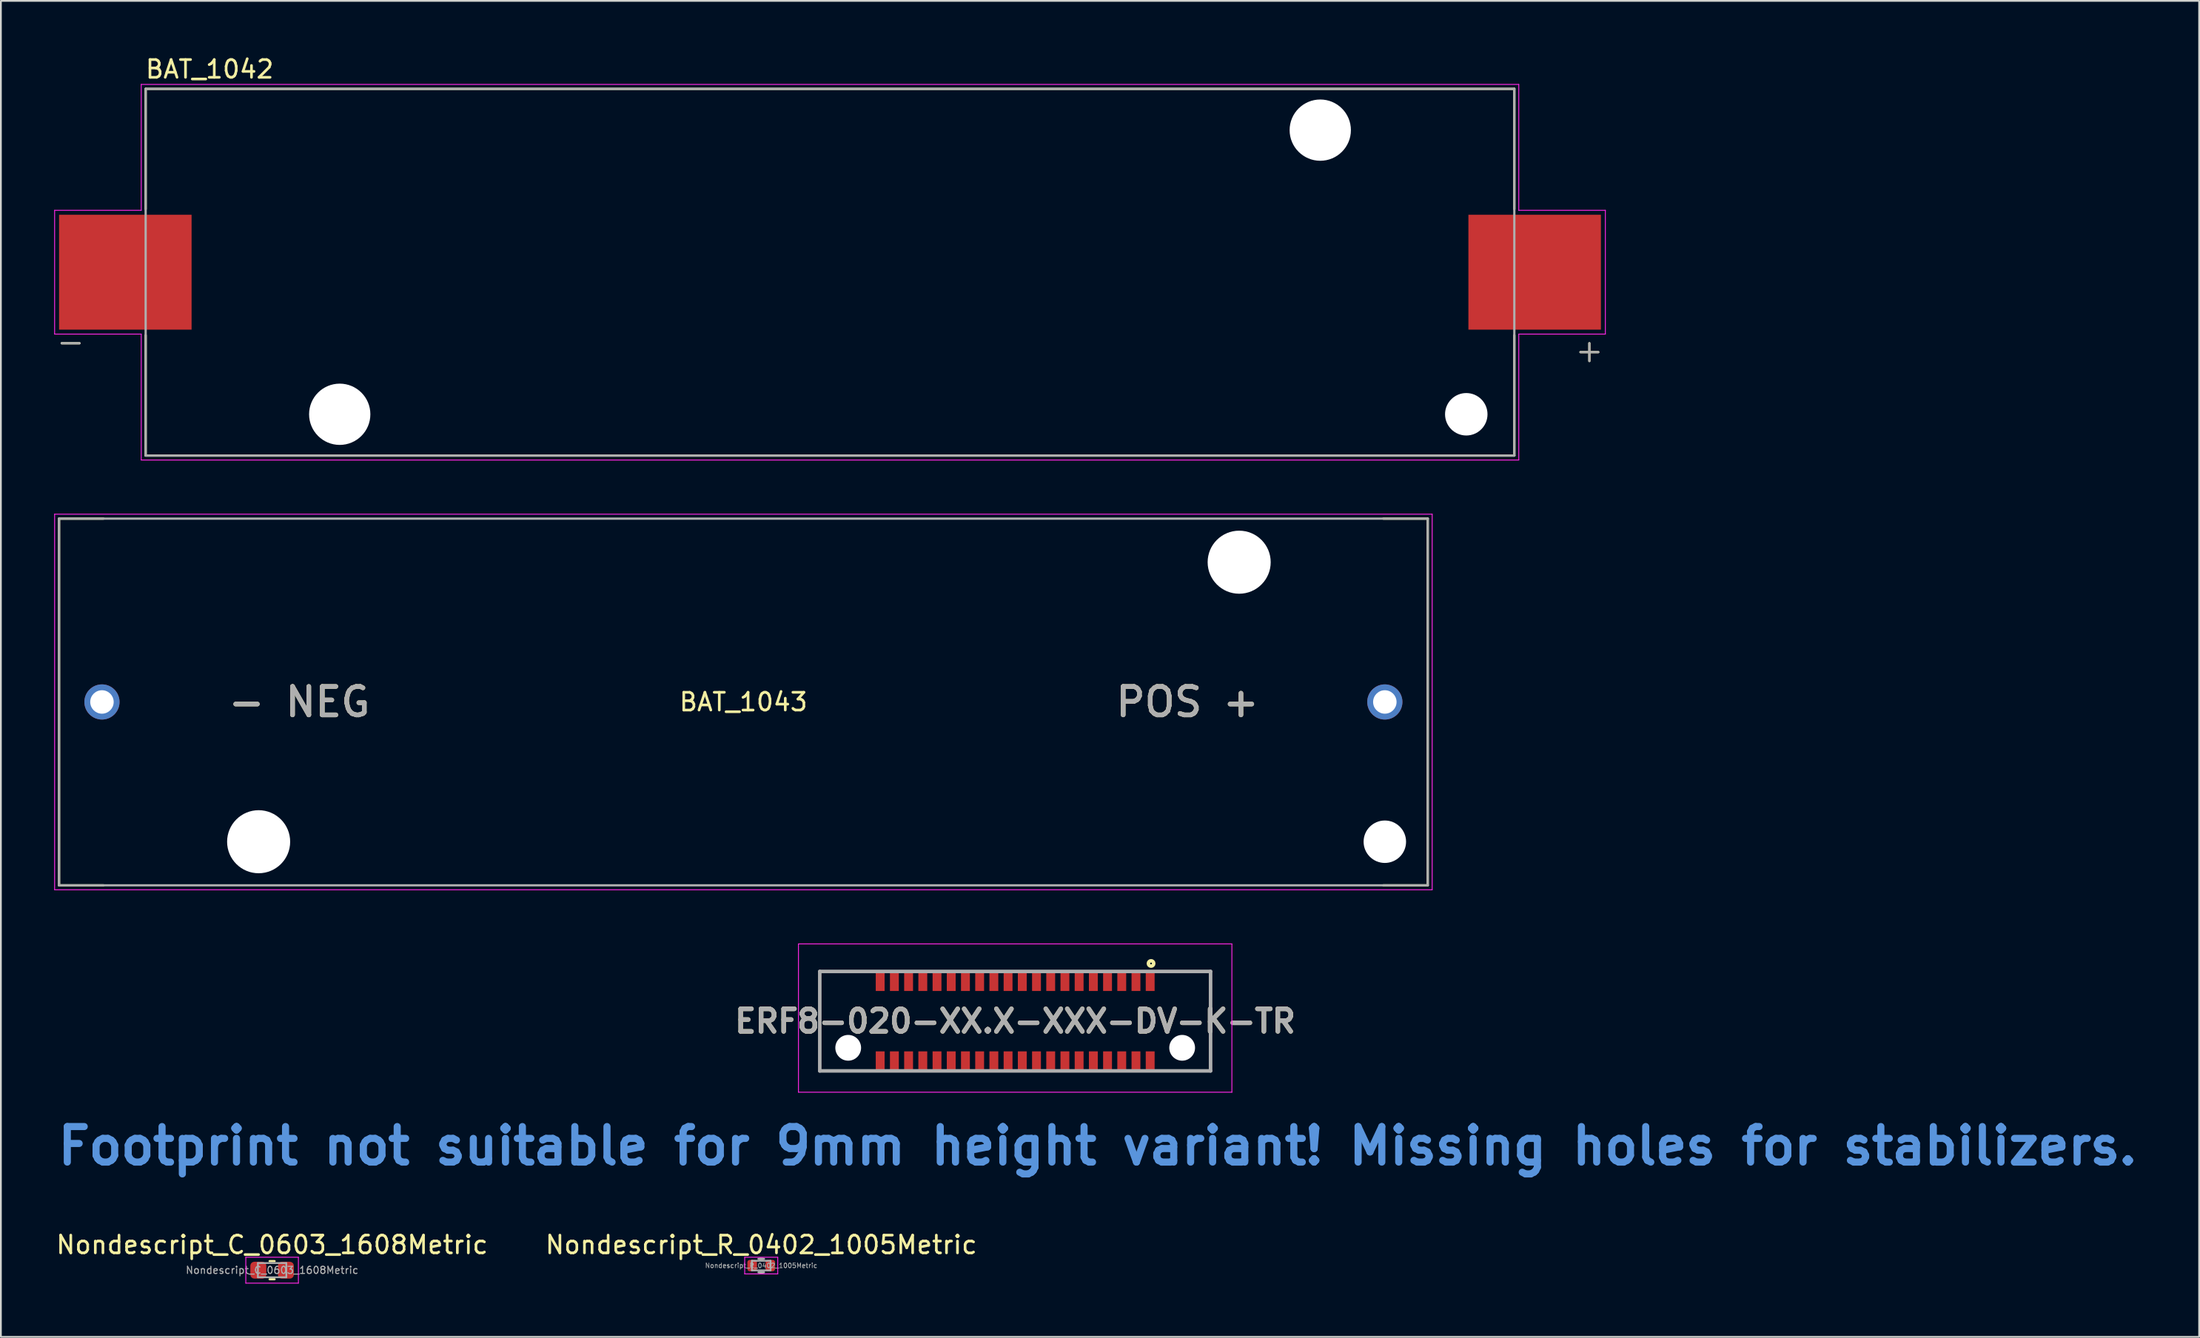
<source format=kicad_pcb>
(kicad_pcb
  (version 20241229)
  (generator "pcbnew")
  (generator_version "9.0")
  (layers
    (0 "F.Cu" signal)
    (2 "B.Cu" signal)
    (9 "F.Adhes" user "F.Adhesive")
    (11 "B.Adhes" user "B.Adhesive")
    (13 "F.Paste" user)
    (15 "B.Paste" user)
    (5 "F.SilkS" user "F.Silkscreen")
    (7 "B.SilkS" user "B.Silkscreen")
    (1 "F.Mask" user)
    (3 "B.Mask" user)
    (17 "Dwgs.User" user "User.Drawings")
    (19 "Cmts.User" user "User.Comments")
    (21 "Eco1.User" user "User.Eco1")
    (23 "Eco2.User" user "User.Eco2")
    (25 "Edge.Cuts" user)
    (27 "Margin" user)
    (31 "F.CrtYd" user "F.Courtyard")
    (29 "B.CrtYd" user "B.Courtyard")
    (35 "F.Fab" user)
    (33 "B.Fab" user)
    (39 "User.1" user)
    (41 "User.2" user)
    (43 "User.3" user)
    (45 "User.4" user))
  (footprint "Nondescript_R_0402_1005Metric"
    (layer "F.Cu")
    (at 39.804 68.216)
    (property "Reference" "Nondescript_R_0402_1005Metric" (at 0 -1.17 0) (layer "F.SilkS") (effects (font (size 1 1) (thickness 0.15))))
    (attr smd)
    (fp_line (start -0.075 -0.38) (end 0.075 -0.38) (stroke (width 0.12) (type solid)) (layer "F.SilkS"))
    (fp_line (start -0.075 0.38) (end 0.075 0.38) (stroke (width 0.12) (type solid)) (layer "F.SilkS"))
    (fp_line (start -0.93 -0.47) (end 0.93 -0.47) (stroke (width 0.05) (type solid)) (layer "F.CrtYd"))
    (fp_line (start -0.93 0.47) (end -0.93 -0.47) (stroke (width 0.05) (type solid)) (layer "F.CrtYd"))
    (fp_line (start 0.93 -0.47) (end 0.93 0.47) (stroke (width 0.05) (type solid)) (layer "F.CrtYd"))
    (fp_line (start 0.93 0.47) (end -0.93 0.47) (stroke (width 0.05) (type solid)) (layer "F.CrtYd"))
    (fp_line (start -0.525 -0.27) (end 0.525 -0.27) (stroke (width 0.1) (type solid)) (layer "F.Fab"))
    (fp_line (start -0.525 0.27) (end -0.525 -0.27) (stroke (width 0.1) (type solid)) (layer "F.Fab"))
    (fp_line (start -0.154 -0.38) (end 0.154 -0.38) (stroke (width 0.12) (type solid)) (layer "F.Fab"))
    (fp_line (start -0.154 0.38) (end 0.154 0.38) (stroke (width 0.12) (type solid)) (layer "F.Fab"))
    (fp_line (start 0.525 -0.27) (end 0.525 0.27) (stroke (width 0.1) (type solid)) (layer "F.Fab"))
    (fp_line (start 0.525 0.27) (end -0.525 0.27) (stroke (width 0.1) (type solid)) (layer "F.Fab"))
    (fp_text user "${REFERENCE}" (at 0 0 0) (layer "F.Fab") (effects (font (size 0.26 0.26) (thickness 0.04))))
    (pad "1" smd roundrect (at -0.51 0) (size 0.54 0.64) (layers "F.Cu" "F.Mask" "F.Paste") (roundrect_rratio 0.25))
    (pad "2" smd roundrect (at 0.51 0) (size 0.54 0.64) (layers "F.Cu" "F.Mask" "F.Paste") (roundrect_rratio 0.25)))
  (footprint "BAT_1043"
    (layer "F.Cu")
    (at 38.8 36.478)
    (property "Reference" "BAT_1043" (at 0 0 0) (layer "F.SilkS") (effects (font (size 1 1) (thickness 0.15))))
    (attr through_hole)
    (fp_line (start -38.525 -10.325) (end -38.525 10.325) (stroke (width 0.127) (type solid)) (layer "F.SilkS"))
    (fp_line (start -38.525 10.325) (end -36.025 10.325) (stroke (width 0.127) (type solid)) (layer "F.SilkS"))
    (fp_line (start -36.025 -10.325) (end -38.525 -10.325) (stroke (width 0.127) (type solid)) (layer "F.SilkS"))
    (fp_line (start 36.025 -10.325) (end 38.525 -10.325) (stroke (width 0.127) (type solid)) (layer "F.SilkS"))
    (fp_line (start 36.025 10.325) (end 38.525 10.325) (stroke (width 0.127) (type solid)) (layer "F.SilkS"))
    (fp_line (start 38.525 10.325) (end 38.525 -10.325) (stroke (width 0.127) (type solid)) (layer "F.SilkS"))
    (fp_line (start -38.775 -10.575) (end -38.775 10.575) (stroke (width 0.05) (type solid)) (layer "F.CrtYd"))
    (fp_line (start -38.775 10.575) (end 38.775 10.575) (stroke (width 0.05) (type solid)) (layer "F.CrtYd"))
    (fp_line (start 38.775 -10.575) (end -38.775 -10.575) (stroke (width 0.05) (type solid)) (layer "F.CrtYd"))
    (fp_line (start 38.775 10.575) (end 38.775 -10.575) (stroke (width 0.05) (type solid)) (layer "F.CrtYd"))
    (fp_line (start -38.525 -10.325) (end -38.525 10.325) (stroke (width 0.127) (type solid)) (layer "F.Fab"))
    (fp_line (start -38.525 10.325) (end 38.525 10.325) (stroke (width 0.127) (type solid)) (layer "F.Fab"))
    (fp_line (start 38.525 -10.325) (end -38.525 -10.325) (stroke (width 0.127) (type solid)) (layer "F.Fab"))
    (fp_line (start 38.525 10.325) (end 38.525 -10.325) (stroke (width 0.127) (type solid)) (layer "F.Fab"))
    (fp_text user "POS +" (at 25 0 0) (layer "F.SilkS") (effects (font (size 1.6 1.6) (thickness 0.26))))
    (fp_text user "- NEG" (at -25 0 0) (layer "F.SilkS") (effects (font (size 1.6 1.6) (thickness 0.26))))
    (fp_text user "- NEG" (at -25 0 0) (layer "F.Fab") (effects (font (size 1.6 1.6) (thickness 0.26))))
    (fp_text user "POS +" (at 25 0 0) (layer "F.Fab") (effects (font (size 1.6 1.6) (thickness 0.26))))
    (pad "" np_thru_hole circle (at -27.29 7.87) (size 3.55 3.55) (drill 3.55) (layers "*.Cu" "*.Mask"))
    (pad "" np_thru_hole circle (at 27.91 -7.87) (size 3.55 3.55) (drill 3.55) (layers "*.Cu" "*.Mask"))
    (pad "" np_thru_hole circle (at 36.11 7.87) (size 2.39 2.39) (drill 2.39) (layers "*.Cu" "*.Mask"))
    (pad "N" thru_hole circle (at -36.11 0) (size 1.98 1.98) (drill 1.32) (layers "*.Cu" "*.Mask"))
    (pad "P" thru_hole circle (at 36.11 0) (size 1.98 1.98) (drill 1.32) (layers "*.Cu" "*.Mask")))
  (footprint "Nondescript_C_0603_1608Metric"
    (layer "F.Cu")
    (at 12.268 68.475)
    (property "Reference" "Nondescript_C_0603_1608Metric" (at 0 -1.43 0) (layer "F.SilkS") (effects (font (size 1 1) (thickness 0.15))))
    (attr smd)
    (fp_line (start -0.141 -0.51) (end 0.141 -0.51) (stroke (width 0.12) (type solid)) (layer "F.SilkS"))
    (fp_line (start -0.141 0.51) (end 0.141 0.51) (stroke (width 0.12) (type solid)) (layer "F.SilkS"))
    (fp_line (start -1.48 -0.73) (end 1.48 -0.73) (stroke (width 0.05) (type solid)) (layer "F.CrtYd"))
    (fp_line (start -1.48 0.73) (end -1.48 -0.73) (stroke (width 0.05) (type solid)) (layer "F.CrtYd"))
    (fp_line (start 1.48 -0.73) (end 1.48 0.73) (stroke (width 0.05) (type solid)) (layer "F.CrtYd"))
    (fp_line (start 1.48 0.73) (end -1.48 0.73) (stroke (width 0.05) (type solid)) (layer "F.CrtYd"))
    (fp_line (start -0.8 -0.4) (end 0.8 -0.4) (stroke (width 0.1) (type solid)) (layer "F.Fab"))
    (fp_line (start -0.8 0.4) (end -0.8 -0.4) (stroke (width 0.1) (type solid)) (layer "F.Fab"))
    (fp_line (start 0.8 -0.4) (end 0.8 0.4) (stroke (width 0.1) (type solid)) (layer "F.Fab"))
    (fp_line (start 0.8 0.4) (end -0.8 0.4) (stroke (width 0.1) (type solid)) (layer "F.Fab"))
    (fp_text user "${REFERENCE}" (at 0 0 0) (layer "F.Fab") (effects (font (size 0.4 0.4) (thickness 0.06))))
    (pad "1" smd roundrect (at -0.775 0) (size 0.9 0.95) (layers "F.Cu" "F.Mask" "F.Paste") (roundrect_rratio 0.25))
    (pad "2" smd roundrect (at 0.775 0) (size 0.9 0.95) (layers "F.Cu" "F.Mask" "F.Paste") (roundrect_rratio 0.25)))
  (footprint "ERF8-020-XX.X-XXX-DV-K-TR"
    (layer "F.Cu")
    (at 54.1 54.453)
    (property "Reference" "ERF8-020-XX.X-XXX-DV-K-TR" (at 0 0 0) (layer "F.SilkS") (effects (font (size 1.27 1.27) (thickness 0.254))))
    (attr through_hole)
    (fp_line (start -11 2.8) (end -11 -2.8) (stroke (width 0.1) (type solid)) (layer "F.SilkS"))
    (fp_line (start 11 -2.8) (end 11 2.8) (stroke (width 0.1) (type solid)) (layer "F.SilkS"))
    (fp_circle (center 7.65 -3.25) (end 7.65 -3.2) (stroke (width 0.2) (type solid)) (fill no) (layer "F.SilkS"))
    (fp_line (start -12.2 -4.35) (end 12.2 -4.35) (stroke (width 0.05) (type solid)) (layer "F.CrtYd"))
    (fp_line (start -12.2 4) (end -12.2 -4.35) (stroke (width 0.05) (type solid)) (layer "F.CrtYd"))
    (fp_line (start 12.2 -4.35) (end 12.2 4) (stroke (width 0.05) (type solid)) (layer "F.CrtYd"))
    (fp_line (start 12.2 4) (end -12.2 4) (stroke (width 0.05) (type solid)) (layer "F.CrtYd"))
    (fp_line (start -11 -2.8) (end 11 -2.8) (stroke (width 0.2) (type solid)) (layer "F.Fab"))
    (fp_line (start -11 2.8) (end -11 -2.8) (stroke (width 0.2) (type solid)) (layer "F.Fab"))
    (fp_line (start 11 -2.8) (end 11 2.8) (stroke (width 0.2) (type solid)) (layer "F.Fab"))
    (fp_line (start 11 2.8) (end -11 2.8) (stroke (width 0.2) (type solid)) (layer "F.Fab"))
    (fp_text user "Footprint not suitable for 9mm height variant! Missing holes for stabilizers." (at -54.1 8.2 0) (unlocked yes) (layer "Cmts.User") (effects (font (size 2 2) (thickness 0.4) (bold yes)) (justify left bottom)))
    (fp_text user "${REFERENCE}" (at 0 0 0) (layer "F.Fab") (effects (font (size 1.27 1.27) (thickness 0.254))))
    (pad "" np_thru_hole circle (at -9.4 1.5) (size 1.45 1.45) (drill 1.45) (layers "*.Cu" "*.Mask"))
    (pad "" np_thru_hole circle (at 9.4 1.5) (size 1.45 1.45) (drill 1.45) (layers "*.Cu" "*.Mask"))
    (pad "1" smd rect (at 7.6 -2.25) (size 0.5 1.1) (layers "F.Cu" "F.Mask" "F.Paste"))
    (pad "2" smd rect (at 7.6 2.25) (size 0.5 1.1) (layers "F.Cu" "F.Mask" "F.Paste"))
    (pad "3" smd rect (at 6.8 -2.25) (size 0.5 1.1) (layers "F.Cu" "F.Mask" "F.Paste"))
    (pad "4" smd rect (at 6.8 2.25) (size 0.5 1.1) (layers "F.Cu" "F.Mask" "F.Paste"))
    (pad "5" smd rect (at 6 -2.25) (size 0.5 1.1) (layers "F.Cu" "F.Mask" "F.Paste"))
    (pad "6" smd rect (at 6 2.25) (size 0.5 1.1) (layers "F.Cu" "F.Mask" "F.Paste"))
    (pad "7" smd rect (at 5.2 -2.25) (size 0.5 1.1) (layers "F.Cu" "F.Mask" "F.Paste"))
    (pad "8" smd rect (at 5.2 2.25) (size 0.5 1.1) (layers "F.Cu" "F.Mask" "F.Paste"))
    (pad "9" smd rect (at 4.4 -2.25) (size 0.5 1.1) (layers "F.Cu" "F.Mask" "F.Paste"))
    (pad "10" smd rect (at 4.4 2.25) (size 0.5 1.1) (layers "F.Cu" "F.Mask" "F.Paste"))
    (pad "11" smd rect (at 3.6 -2.25) (size 0.5 1.1) (layers "F.Cu" "F.Mask" "F.Paste"))
    (pad "12" smd rect (at 3.6 2.25) (size 0.5 1.1) (layers "F.Cu" "F.Mask" "F.Paste"))
    (pad "13" smd rect (at 2.8 -2.25) (size 0.5 1.1) (layers "F.Cu" "F.Mask" "F.Paste"))
    (pad "14" smd rect (at 2.8 2.25) (size 0.5 1.1) (layers "F.Cu" "F.Mask" "F.Paste"))
    (pad "15" smd rect (at 2 -2.25) (size 0.5 1.1) (layers "F.Cu" "F.Mask" "F.Paste"))
    (pad "16" smd rect (at 2 2.25) (size 0.5 1.1) (layers "F.Cu" "F.Mask" "F.Paste"))
    (pad "17" smd rect (at 1.2 -2.25) (size 0.5 1.1) (layers "F.Cu" "F.Mask" "F.Paste"))
    (pad "18" smd rect (at 1.2 2.25) (size 0.5 1.1) (layers "F.Cu" "F.Mask" "F.Paste"))
    (pad "19" smd rect (at 0.4 -2.25) (size 0.5 1.1) (layers "F.Cu" "F.Mask" "F.Paste"))
    (pad "20" smd rect (at 0.4 2.25) (size 0.5 1.1) (layers "F.Cu" "F.Mask" "F.Paste"))
    (pad "21" smd rect (at -0.4 -2.25) (size 0.5 1.1) (layers "F.Cu" "F.Mask" "F.Paste"))
    (pad "22" smd rect (at -0.4 2.25) (size 0.5 1.1) (layers "F.Cu" "F.Mask" "F.Paste"))
    (pad "23" smd rect (at -1.2 -2.25) (size 0.5 1.1) (layers "F.Cu" "F.Mask" "F.Paste"))
    (pad "24" smd rect (at -1.2 2.25) (size 0.5 1.1) (layers "F.Cu" "F.Mask" "F.Paste"))
    (pad "25" smd rect (at -2 -2.25) (size 0.5 1.1) (layers "F.Cu" "F.Mask" "F.Paste"))
    (pad "26" smd rect (at -2 2.25) (size 0.5 1.1) (layers "F.Cu" "F.Mask" "F.Paste"))
    (pad "27" smd rect (at -2.8 -2.25) (size 0.5 1.1) (layers "F.Cu" "F.Mask" "F.Paste"))
    (pad "28" smd rect (at -2.8 2.25) (size 0.5 1.1) (layers "F.Cu" "F.Mask" "F.Paste"))
    (pad "29" smd rect (at -3.6 -2.25) (size 0.5 1.1) (layers "F.Cu" "F.Mask" "F.Paste"))
    (pad "30" smd rect (at -3.6 2.25) (size 0.5 1.1) (layers "F.Cu" "F.Mask" "F.Paste"))
    (pad "31" smd rect (at -4.4 -2.25) (size 0.5 1.1) (layers "F.Cu" "F.Mask" "F.Paste"))
    (pad "32" smd rect (at -4.4 2.25) (size 0.5 1.1) (layers "F.Cu" "F.Mask" "F.Paste"))
    (pad "33" smd rect (at -5.2 -2.25) (size 0.5 1.1) (layers "F.Cu" "F.Mask" "F.Paste"))
    (pad "34" smd rect (at -5.2 2.25) (size 0.5 1.1) (layers "F.Cu" "F.Mask" "F.Paste"))
    (pad "35" smd rect (at -6 -2.25) (size 0.5 1.1) (layers "F.Cu" "F.Mask" "F.Paste"))
    (pad "36" smd rect (at -6 2.25) (size 0.5 1.1) (layers "F.Cu" "F.Mask" "F.Paste"))
    (pad "37" smd rect (at -6.8 -2.25) (size 0.5 1.1) (layers "F.Cu" "F.Mask" "F.Paste"))
    (pad "38" smd rect (at -6.8 2.25) (size 0.5 1.1) (layers "F.Cu" "F.Mask" "F.Paste"))
    (pad "39" smd rect (at -7.6 -2.25) (size 0.5 1.1) (layers "F.Cu" "F.Mask" "F.Paste"))
    (pad "40" smd rect (at -7.6 2.25) (size 0.5 1.1) (layers "F.Cu" "F.Mask" "F.Paste")))
  (footprint "BAT_1042"
    (layer "F.Cu")
    (at 43.675 12.278)
    (property "Reference" "BAT_1042" (at -34.925 -11.43 0) (layer "F.SilkS") (effects (font (size 1 1) (thickness 0.15))))
    (attr through_hole)
    (fp_line (start -43.25 4) (end -42.25 4) (stroke (width 0.127) (type solid)) (layer "F.SilkS"))
    (fp_line (start -38.525 -10.325) (end 38.525 -10.325) (stroke (width 0.127) (type solid)) (layer "F.SilkS"))
    (fp_line (start -38.525 -3.55) (end -38.525 -10.325) (stroke (width 0.127) (type solid)) (layer "F.SilkS"))
    (fp_line (start -38.525 10.325) (end -38.525 3.55) (stroke (width 0.127) (type solid)) (layer "F.SilkS"))
    (fp_line (start 38.525 -10.325) (end 38.525 -3.55) (stroke (width 0.127) (type solid)) (layer "F.SilkS"))
    (fp_line (start 38.525 3.55) (end 38.525 10.325) (stroke (width 0.127) (type solid)) (layer "F.SilkS"))
    (fp_line (start 38.525 10.325) (end -38.525 10.325) (stroke (width 0.127) (type solid)) (layer "F.SilkS"))
    (fp_line (start 42.25 4.5) (end 43.25 4.5) (stroke (width 0.127) (type solid)) (layer "F.SilkS"))
    (fp_line (start 42.75 4) (end 42.75 5) (stroke (width 0.127) (type solid)) (layer "F.SilkS"))
    (fp_line (start -43.65 -3.485) (end -38.775 -3.485) (stroke (width 0.05) (type solid)) (layer "F.CrtYd"))
    (fp_line (start -43.65 3.485) (end -43.65 -3.485) (stroke (width 0.05) (type solid)) (layer "F.CrtYd"))
    (fp_line (start -38.775 -10.575) (end 38.775 -10.575) (stroke (width 0.05) (type solid)) (layer "F.CrtYd"))
    (fp_line (start -38.775 -3.485) (end -38.775 -10.575) (stroke (width 0.05) (type solid)) (layer "F.CrtYd"))
    (fp_line (start -38.775 3.485) (end -43.65 3.485) (stroke (width 0.05) (type solid)) (layer "F.CrtYd"))
    (fp_line (start -38.775 10.575) (end -38.775 3.485) (stroke (width 0.05) (type solid)) (layer "F.CrtYd"))
    (fp_line (start 38.775 -10.575) (end 38.775 -3.485) (stroke (width 0.05) (type solid)) (layer "F.CrtYd"))
    (fp_line (start 38.775 -3.485) (end 43.65 -3.485) (stroke (width 0.05) (type solid)) (layer "F.CrtYd"))
    (fp_line (start 38.775 3.485) (end 38.775 10.575) (stroke (width 0.05) (type solid)) (layer "F.CrtYd"))
    (fp_line (start 38.775 10.575) (end -38.775 10.575) (stroke (width 0.05) (type solid)) (layer "F.CrtYd"))
    (fp_line (start 43.65 -3.485) (end 43.65 3.485) (stroke (width 0.05) (type solid)) (layer "F.CrtYd"))
    (fp_line (start 43.65 3.485) (end 38.775 3.485) (stroke (width 0.05) (type solid)) (layer "F.CrtYd"))
    (fp_line (start -43.25 4) (end -42.25 4) (stroke (width 0.127) (type solid)) (layer "F.Fab"))
    (fp_line (start -38.525 -10.325) (end 38.525 -10.325) (stroke (width 0.127) (type solid)) (layer "F.Fab"))
    (fp_line (start -38.525 10.325) (end -38.525 -10.325) (stroke (width 0.127) (type solid)) (layer "F.Fab"))
    (fp_line (start 38.525 -10.325) (end 38.525 10.325) (stroke (width 0.127) (type solid)) (layer "F.Fab"))
    (fp_line (start 38.525 10.325) (end -38.525 10.325) (stroke (width 0.127) (type solid)) (layer "F.Fab"))
    (fp_line (start 42.25 4.5) (end 43.25 4.5) (stroke (width 0.127) (type solid)) (layer "F.Fab"))
    (fp_line (start 42.75 4) (end 42.75 5) (stroke (width 0.127) (type solid)) (layer "F.Fab"))
    (pad "" np_thru_hole circle (at -27.6 8) (size 3.45 3.45) (drill 3.45) (layers "*.Cu" "*.Mask"))
    (pad "" np_thru_hole circle (at 27.6 -8) (size 3.45 3.45) (drill 3.45) (layers "*.Cu" "*.Mask"))
    (pad "" np_thru_hole circle (at 35.82 8) (size 2.39 2.39) (drill 2.39) (layers "*.Cu" "*.Mask"))
    (pad "N" smd rect (at -39.67 0) (size 7.46 6.47) (layers "F.Cu" "F.Mask" "F.Paste"))
    (pad "P" smd rect (at 39.67 0) (size 7.46 6.47) (layers "F.Cu" "F.Mask" "F.Paste")))
  (gr_rect
    (start -3 -3)
    (end 120.752 72.231)
    (stroke (width 0.1) (type default))
    (fill no)
    (layer "Edge.Cuts")))
</source>
